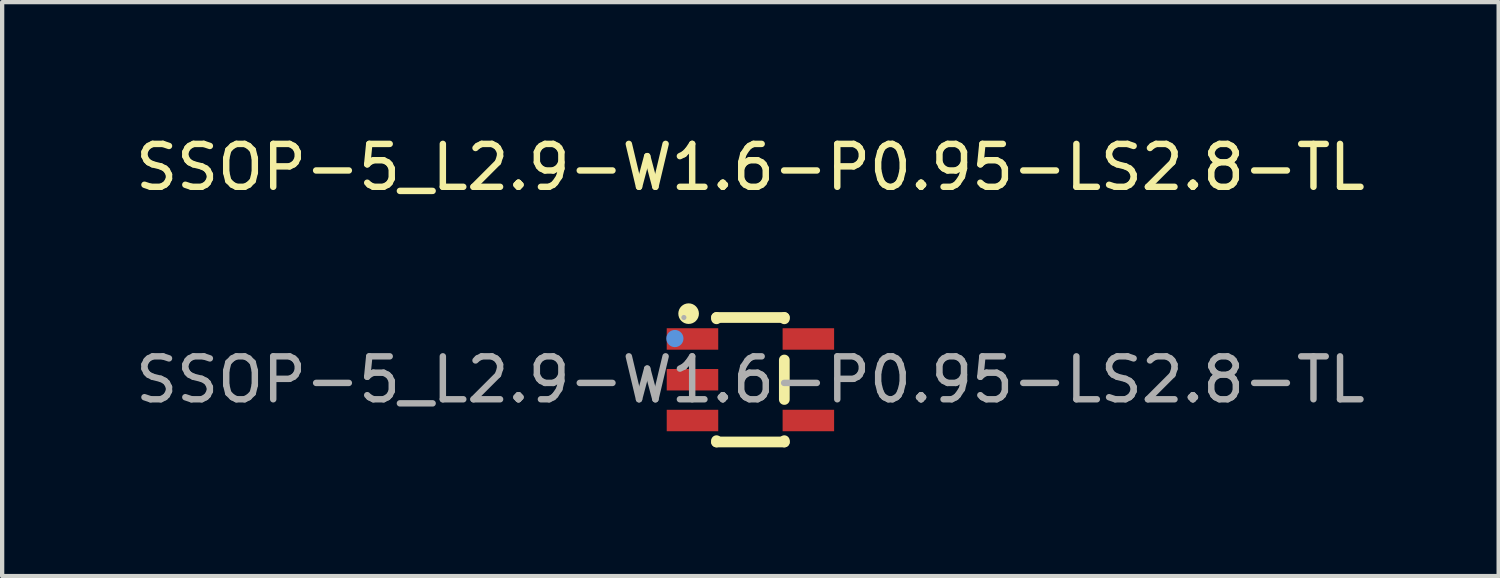
<source format=kicad_pcb>
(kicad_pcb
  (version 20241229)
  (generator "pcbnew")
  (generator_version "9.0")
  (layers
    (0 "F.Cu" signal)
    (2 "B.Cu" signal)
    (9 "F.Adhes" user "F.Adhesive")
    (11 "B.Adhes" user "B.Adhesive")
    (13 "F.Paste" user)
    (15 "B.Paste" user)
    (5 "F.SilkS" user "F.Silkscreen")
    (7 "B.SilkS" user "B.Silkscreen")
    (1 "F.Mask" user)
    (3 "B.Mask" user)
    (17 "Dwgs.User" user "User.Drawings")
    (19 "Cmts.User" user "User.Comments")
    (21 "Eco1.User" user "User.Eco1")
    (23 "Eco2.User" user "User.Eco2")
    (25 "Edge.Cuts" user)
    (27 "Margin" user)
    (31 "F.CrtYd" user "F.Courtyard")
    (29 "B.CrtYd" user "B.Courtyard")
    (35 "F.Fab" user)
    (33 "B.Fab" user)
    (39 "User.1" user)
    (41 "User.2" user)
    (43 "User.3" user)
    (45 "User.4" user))
  (footprint "SSOP-5_L2.9-W1.6-P0.95-LS2.8-TL"
    (layer "F.Cu")
    (at 14.435 5.798)
    (property "Reference" "SSOP-5_L2.9-W1.6-P0.95-LS2.8-TL" (at 0 -4.95 0) (layer "F.SilkS") (effects (font (size 1 1) (thickness 0.15))))
    (attr smd)
    (fp_line (start -0.79 -1.45) (end -0.79 -1.42) (stroke (width 0.25) (type solid)) (layer "F.SilkS"))
    (fp_line (start -0.79 -1.45) (end 0.79 -1.45) (stroke (width 0.25) (type solid)) (layer "F.SilkS"))
    (fp_line (start -0.79 1.42) (end -0.79 1.45) (stroke (width 0.25) (type solid)) (layer "F.SilkS"))
    (fp_line (start 0.79 -1.45) (end 0.79 -1.42) (stroke (width 0.25) (type solid)) (layer "F.SilkS"))
    (fp_line (start 0.79 -0.46) (end 0.79 0.46) (stroke (width 0.25) (type solid)) (layer "F.SilkS"))
    (fp_line (start 0.79 1.42) (end 0.79 1.45) (stroke (width 0.25) (type solid)) (layer "F.SilkS"))
    (fp_line (start 0.79 1.45) (end -0.79 1.45) (stroke (width 0.25) (type solid)) (layer "F.SilkS"))
    (fp_circle (center -1.44 -1.54) (end -1.32 -1.54) (stroke (width 0.24) (type solid)) (fill no) (layer "F.SilkS"))
    (fp_circle (center -1.76 -0.96) (end -1.66 -0.96) (stroke (width 0.2) (type solid)) (fill no) (layer "Cmts.User"))
    (fp_circle (center -1.55 -1.45) (end -1.52 -1.45) (stroke (width 0.06) (type solid)) (fill no) (layer "F.Fab"))
    (fp_text user "${REFERENCE}" (at 0 0 0) (layer "F.Fab") (effects (font (size 1 1) (thickness 0.15))))
    (pad "1" smd rect (at -1.35 -0.95 90) (size 0.5 1.2) (layers "F.Cu" "F.Mask" "F.Paste"))
    (pad "2" smd rect (at -1.35 0 90) (size 0.5 1.2) (layers "F.Cu" "F.Mask" "F.Paste"))
    (pad "3" smd rect (at -1.35 0.95 270) (size 0.5 1.2) (layers "F.Cu" "F.Mask" "F.Paste"))
    (pad "4" smd rect (at 1.35 0.95 90) (size 0.5 1.2) (layers "F.Cu" "F.Mask" "F.Paste"))
    (pad "5" smd rect (at 1.35 -0.95 270) (size 0.5 1.2) (layers "F.Cu" "F.Mask" "F.Paste")))
  (gr_rect
    (start -3 -3)
    (end 31.869 10.373)
    (stroke (width 0.1) (type default))
    (fill no)
    (layer "Edge.Cuts")))
</source>
